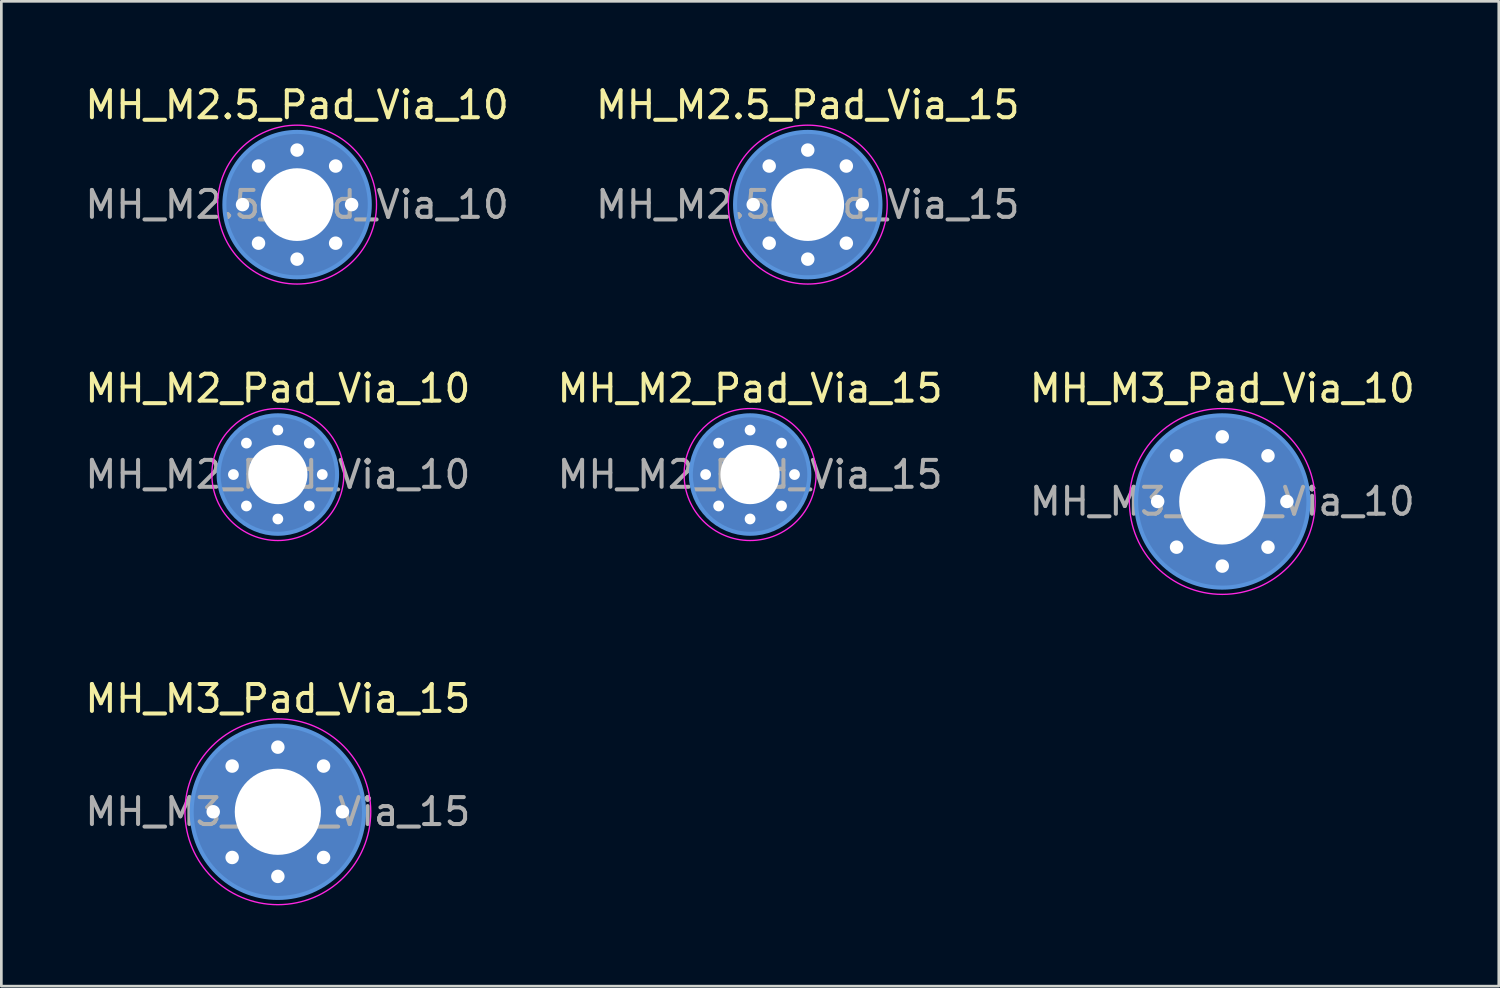
<source format=kicad_pcb>
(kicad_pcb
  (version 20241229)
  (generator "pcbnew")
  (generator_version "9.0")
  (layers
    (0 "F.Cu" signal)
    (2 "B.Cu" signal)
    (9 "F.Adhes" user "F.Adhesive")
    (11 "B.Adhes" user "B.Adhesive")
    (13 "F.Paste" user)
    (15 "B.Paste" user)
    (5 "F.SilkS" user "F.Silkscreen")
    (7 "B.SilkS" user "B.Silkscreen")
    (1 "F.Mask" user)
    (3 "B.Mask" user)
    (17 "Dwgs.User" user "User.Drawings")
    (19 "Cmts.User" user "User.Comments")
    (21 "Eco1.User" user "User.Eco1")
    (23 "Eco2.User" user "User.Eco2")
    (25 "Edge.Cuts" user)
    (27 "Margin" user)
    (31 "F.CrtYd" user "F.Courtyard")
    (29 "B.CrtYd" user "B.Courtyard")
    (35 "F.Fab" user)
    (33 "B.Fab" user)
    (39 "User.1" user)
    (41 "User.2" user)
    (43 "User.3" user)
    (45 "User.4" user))
  (footprint "MH_M2.5_Pad_Via_15"
    (layer "F.Cu")
    (at 26.946 4.548)
    (property "Reference" "MH_M2.5_Pad_Via_15" (at 0 -3.7 0) (layer "F.SilkS") (effects (font (size 1 1) (thickness 0.15))))
    (attr exclude_from_pos_files exclude_from_bom)
    (fp_circle (center 0 0) (end 2.7 0) (stroke (width 0.15) (type solid)) (fill no) (layer "Cmts.User"))
    (fp_circle (center 0 0) (end 2.95 0) (stroke (width 0.05) (type solid)) (fill no) (layer "F.CrtYd"))
    (fp_text user "${REFERENCE}" (at 0 0 0) (layer "F.Fab") (effects (font (size 1 1) (thickness 0.15))))
    (pad "1" thru_hole circle (at -2.025 0) (size 0.8 0.8) (drill 0.5) (layers "*.Cu" "*.Mask"))
    (pad "1" thru_hole circle (at -1.432 -1.432) (size 0.8 0.8) (drill 0.5) (layers "*.Cu" "*.Mask"))
    (pad "1" thru_hole circle (at -1.432 1.432) (size 0.8 0.8) (drill 0.5) (layers "*.Cu" "*.Mask"))
    (pad "1" thru_hole circle (at 0 -2.025) (size 0.8 0.8) (drill 0.5) (layers "*.Cu" "*.Mask"))
    (pad "1" thru_hole circle (at 0 0) (size 5.4 5.4) (drill 2.7) (layers "*.Cu" "*.Mask"))
    (pad "1" thru_hole circle (at 0 2.025) (size 0.8 0.8) (drill 0.5) (layers "*.Cu" "*.Mask"))
    (pad "1" thru_hole circle (at 1.432 -1.432) (size 0.8 0.8) (drill 0.5) (layers "*.Cu" "*.Mask"))
    (pad "1" thru_hole circle (at 1.432 1.432) (size 0.8 0.8) (drill 0.5) (layers "*.Cu" "*.Mask"))
    (pad "1" thru_hole circle (at 2.025 0) (size 0.8 0.8) (drill 0.5) (layers "*.Cu" "*.Mask")))
  (footprint "MH_M3_Pad_Via_10"
    (layer "F.Cu")
    (at 42.339 15.572)
    (property "Reference" "MH_M3_Pad_Via_10" (at 0 -4.2 0) (layer "F.SilkS") (effects (font (size 1 1) (thickness 0.15))))
    (attr exclude_from_pos_files exclude_from_bom)
    (fp_circle (center 0 0) (end 3.2 0) (stroke (width 0.15) (type solid)) (fill no) (layer "Cmts.User"))
    (fp_circle (center 0 0) (end 3.45 0) (stroke (width 0.05) (type solid)) (fill no) (layer "F.CrtYd"))
    (fp_text user "${REFERENCE}" (at 0 0 0) (layer "F.Fab") (effects (font (size 1 1) (thickness 0.15))))
    (pad "1" thru_hole circle (at -2.4 0) (size 0.8 0.8) (drill 0.5) (layers "*.Cu" "*.Mask"))
    (pad "1" thru_hole circle (at -1.697 -1.697) (size 0.8 0.8) (drill 0.5) (layers "*.Cu" "*.Mask"))
    (pad "1" thru_hole circle (at -1.697 1.697) (size 0.8 0.8) (drill 0.5) (layers "*.Cu" "*.Mask"))
    (pad "1" thru_hole circle (at 0 -2.4) (size 0.8 0.8) (drill 0.5) (layers "*.Cu" "*.Mask"))
    (pad "1" thru_hole circle (at 0 0) (size 6.4 6.4) (drill 3.2) (layers "*.Cu" "*.Mask"))
    (pad "1" thru_hole circle (at 0 2.4) (size 0.8 0.8) (drill 0.5) (layers "*.Cu" "*.Mask"))
    (pad "1" thru_hole circle (at 1.697 -1.697) (size 0.8 0.8) (drill 0.5) (layers "*.Cu" "*.Mask"))
    (pad "1" thru_hole circle (at 1.697 1.697) (size 0.8 0.8) (drill 0.5) (layers "*.Cu" "*.Mask"))
    (pad "1" thru_hole circle (at 2.4 0) (size 0.8 0.8) (drill 0.5) (layers "*.Cu" "*.Mask")))
  (footprint "MH_M2_Pad_Via_15"
    (layer "F.Cu")
    (at 24.804 14.572)
    (property "Reference" "MH_M2_Pad_Via_15" (at 0 -3.2 0) (layer "F.SilkS") (effects (font (size 1 1) (thickness 0.15))))
    (attr exclude_from_pos_files exclude_from_bom)
    (fp_circle (center 0 0) (end 2.2 0) (stroke (width 0.15) (type solid)) (fill no) (layer "Cmts.User"))
    (fp_circle (center 0 0) (end 2.45 0) (stroke (width 0.05) (type solid)) (fill no) (layer "F.CrtYd"))
    (fp_text user "${REFERENCE}" (at 0 0 0) (layer "F.Fab") (effects (font (size 1 1) (thickness 0.15))))
    (pad "1" thru_hole circle (at -1.65 0) (size 0.7 0.7) (drill 0.4) (layers "*.Cu" "*.Mask"))
    (pad "1" thru_hole circle (at -1.167 -1.167) (size 0.7 0.7) (drill 0.4) (layers "*.Cu" "*.Mask"))
    (pad "1" thru_hole circle (at -1.167 1.167) (size 0.7 0.7) (drill 0.4) (layers "*.Cu" "*.Mask"))
    (pad "1" thru_hole circle (at 0 -1.65) (size 0.7 0.7) (drill 0.4) (layers "*.Cu" "*.Mask"))
    (pad "1" thru_hole circle (at 0 0) (size 4.4 4.4) (drill 2.2) (layers "*.Cu" "*.Mask"))
    (pad "1" thru_hole circle (at 0 1.65) (size 0.7 0.7) (drill 0.4) (layers "*.Cu" "*.Mask"))
    (pad "1" thru_hole circle (at 1.167 -1.167) (size 0.7 0.7) (drill 0.4) (layers "*.Cu" "*.Mask"))
    (pad "1" thru_hole circle (at 1.167 1.167) (size 0.7 0.7) (drill 0.4) (layers "*.Cu" "*.Mask"))
    (pad "1" thru_hole circle (at 1.65 0) (size 0.7 0.7) (drill 0.4) (layers "*.Cu" "*.Mask")))
  (footprint "MH_M2.5_Pad_Via_10"
    (layer "F.Cu")
    (at 7.982 4.548)
    (property "Reference" "MH_M2.5_Pad_Via_10" (at 0 -3.7 0) (layer "F.SilkS") (effects (font (size 1 1) (thickness 0.15))))
    (attr exclude_from_pos_files exclude_from_bom)
    (fp_circle (center 0 0) (end 2.7 0) (stroke (width 0.15) (type solid)) (fill no) (layer "Cmts.User"))
    (fp_circle (center 0 0) (end 2.95 0) (stroke (width 0.05) (type solid)) (fill no) (layer "F.CrtYd"))
    (fp_text user "${REFERENCE}" (at 0 0 0) (layer "F.Fab") (effects (font (size 1 1) (thickness 0.15))))
    (pad "1" thru_hole circle (at -2.025 0) (size 0.8 0.8) (drill 0.5) (layers "*.Cu" "*.Mask"))
    (pad "1" thru_hole circle (at -1.432 -1.432) (size 0.8 0.8) (drill 0.5) (layers "*.Cu" "*.Mask"))
    (pad "1" thru_hole circle (at -1.432 1.432) (size 0.8 0.8) (drill 0.5) (layers "*.Cu" "*.Mask"))
    (pad "1" thru_hole circle (at 0 -2.025) (size 0.8 0.8) (drill 0.5) (layers "*.Cu" "*.Mask"))
    (pad "1" thru_hole circle (at 0 0) (size 5.4 5.4) (drill 2.7) (layers "*.Cu" "*.Mask"))
    (pad "1" thru_hole circle (at 0 2.025) (size 0.8 0.8) (drill 0.5) (layers "*.Cu" "*.Mask"))
    (pad "1" thru_hole circle (at 1.432 -1.432) (size 0.8 0.8) (drill 0.5) (layers "*.Cu" "*.Mask"))
    (pad "1" thru_hole circle (at 1.432 1.432) (size 0.8 0.8) (drill 0.5) (layers "*.Cu" "*.Mask"))
    (pad "1" thru_hole circle (at 2.025 0) (size 0.8 0.8) (drill 0.5) (layers "*.Cu" "*.Mask")))
  (footprint "MH_M3_Pad_Via_15"
    (layer "F.Cu")
    (at 7.268 27.095)
    (property "Reference" "MH_M3_Pad_Via_15" (at 0 -4.2 0) (layer "F.SilkS") (effects (font (size 1 1) (thickness 0.15))))
    (attr exclude_from_pos_files exclude_from_bom)
    (fp_circle (center 0 0) (end 3.2 0) (stroke (width 0.15) (type solid)) (fill no) (layer "Cmts.User"))
    (fp_circle (center 0 0) (end 3.45 0) (stroke (width 0.05) (type solid)) (fill no) (layer "F.CrtYd"))
    (fp_text user "${REFERENCE}" (at 0 0 0) (layer "F.Fab") (effects (font (size 1 1) (thickness 0.15))))
    (pad "1" thru_hole circle (at -2.4 0) (size 0.8 0.8) (drill 0.5) (layers "*.Cu" "*.Mask"))
    (pad "1" thru_hole circle (at -1.697 -1.697) (size 0.8 0.8) (drill 0.5) (layers "*.Cu" "*.Mask"))
    (pad "1" thru_hole circle (at -1.697 1.697) (size 0.8 0.8) (drill 0.5) (layers "*.Cu" "*.Mask"))
    (pad "1" thru_hole circle (at 0 -2.4) (size 0.8 0.8) (drill 0.5) (layers "*.Cu" "*.Mask"))
    (pad "1" thru_hole circle (at 0 0) (size 6.4 6.4) (drill 3.2) (layers "*.Cu" "*.Mask"))
    (pad "1" thru_hole circle (at 0 2.4) (size 0.8 0.8) (drill 0.5) (layers "*.Cu" "*.Mask"))
    (pad "1" thru_hole circle (at 1.697 -1.697) (size 0.8 0.8) (drill 0.5) (layers "*.Cu" "*.Mask"))
    (pad "1" thru_hole circle (at 1.697 1.697) (size 0.8 0.8) (drill 0.5) (layers "*.Cu" "*.Mask"))
    (pad "1" thru_hole circle (at 2.4 0) (size 0.8 0.8) (drill 0.5) (layers "*.Cu" "*.Mask")))
  (footprint "MH_M2_Pad_Via_10"
    (layer "F.Cu")
    (at 7.268 14.572)
    (property "Reference" "MH_M2_Pad_Via_10" (at 0 -3.2 0) (layer "F.SilkS") (effects (font (size 1 1) (thickness 0.15))))
    (attr exclude_from_pos_files exclude_from_bom)
    (fp_circle (center 0 0) (end 2.2 0) (stroke (width 0.15) (type solid)) (fill no) (layer "Cmts.User"))
    (fp_circle (center 0 0) (end 2.45 0) (stroke (width 0.05) (type solid)) (fill no) (layer "F.CrtYd"))
    (fp_text user "${REFERENCE}" (at 0 0 0) (layer "F.Fab") (effects (font (size 1 1) (thickness 0.15))))
    (pad "1" thru_hole circle (at -1.65 0) (size 0.7 0.7) (drill 0.4) (layers "*.Cu" "*.Mask"))
    (pad "1" thru_hole circle (at -1.167 -1.167) (size 0.7 0.7) (drill 0.4) (layers "*.Cu" "*.Mask"))
    (pad "1" thru_hole circle (at -1.167 1.167) (size 0.7 0.7) (drill 0.4) (layers "*.Cu" "*.Mask"))
    (pad "1" thru_hole circle (at 0 -1.65) (size 0.7 0.7) (drill 0.4) (layers "*.Cu" "*.Mask"))
    (pad "1" thru_hole circle (at 0 0) (size 4.4 4.4) (drill 2.2) (layers "*.Cu" "*.Mask"))
    (pad "1" thru_hole circle (at 0 1.65) (size 0.7 0.7) (drill 0.4) (layers "*.Cu" "*.Mask"))
    (pad "1" thru_hole circle (at 1.167 -1.167) (size 0.7 0.7) (drill 0.4) (layers "*.Cu" "*.Mask"))
    (pad "1" thru_hole circle (at 1.167 1.167) (size 0.7 0.7) (drill 0.4) (layers "*.Cu" "*.Mask"))
    (pad "1" thru_hole circle (at 1.65 0) (size 0.7 0.7) (drill 0.4) (layers "*.Cu" "*.Mask")))
  (gr_rect
    (start -3 -3)
    (end 52.607 33.57)
    (stroke (width 0.1) (type default))
    (fill no)
    (layer "Edge.Cuts")))
</source>
